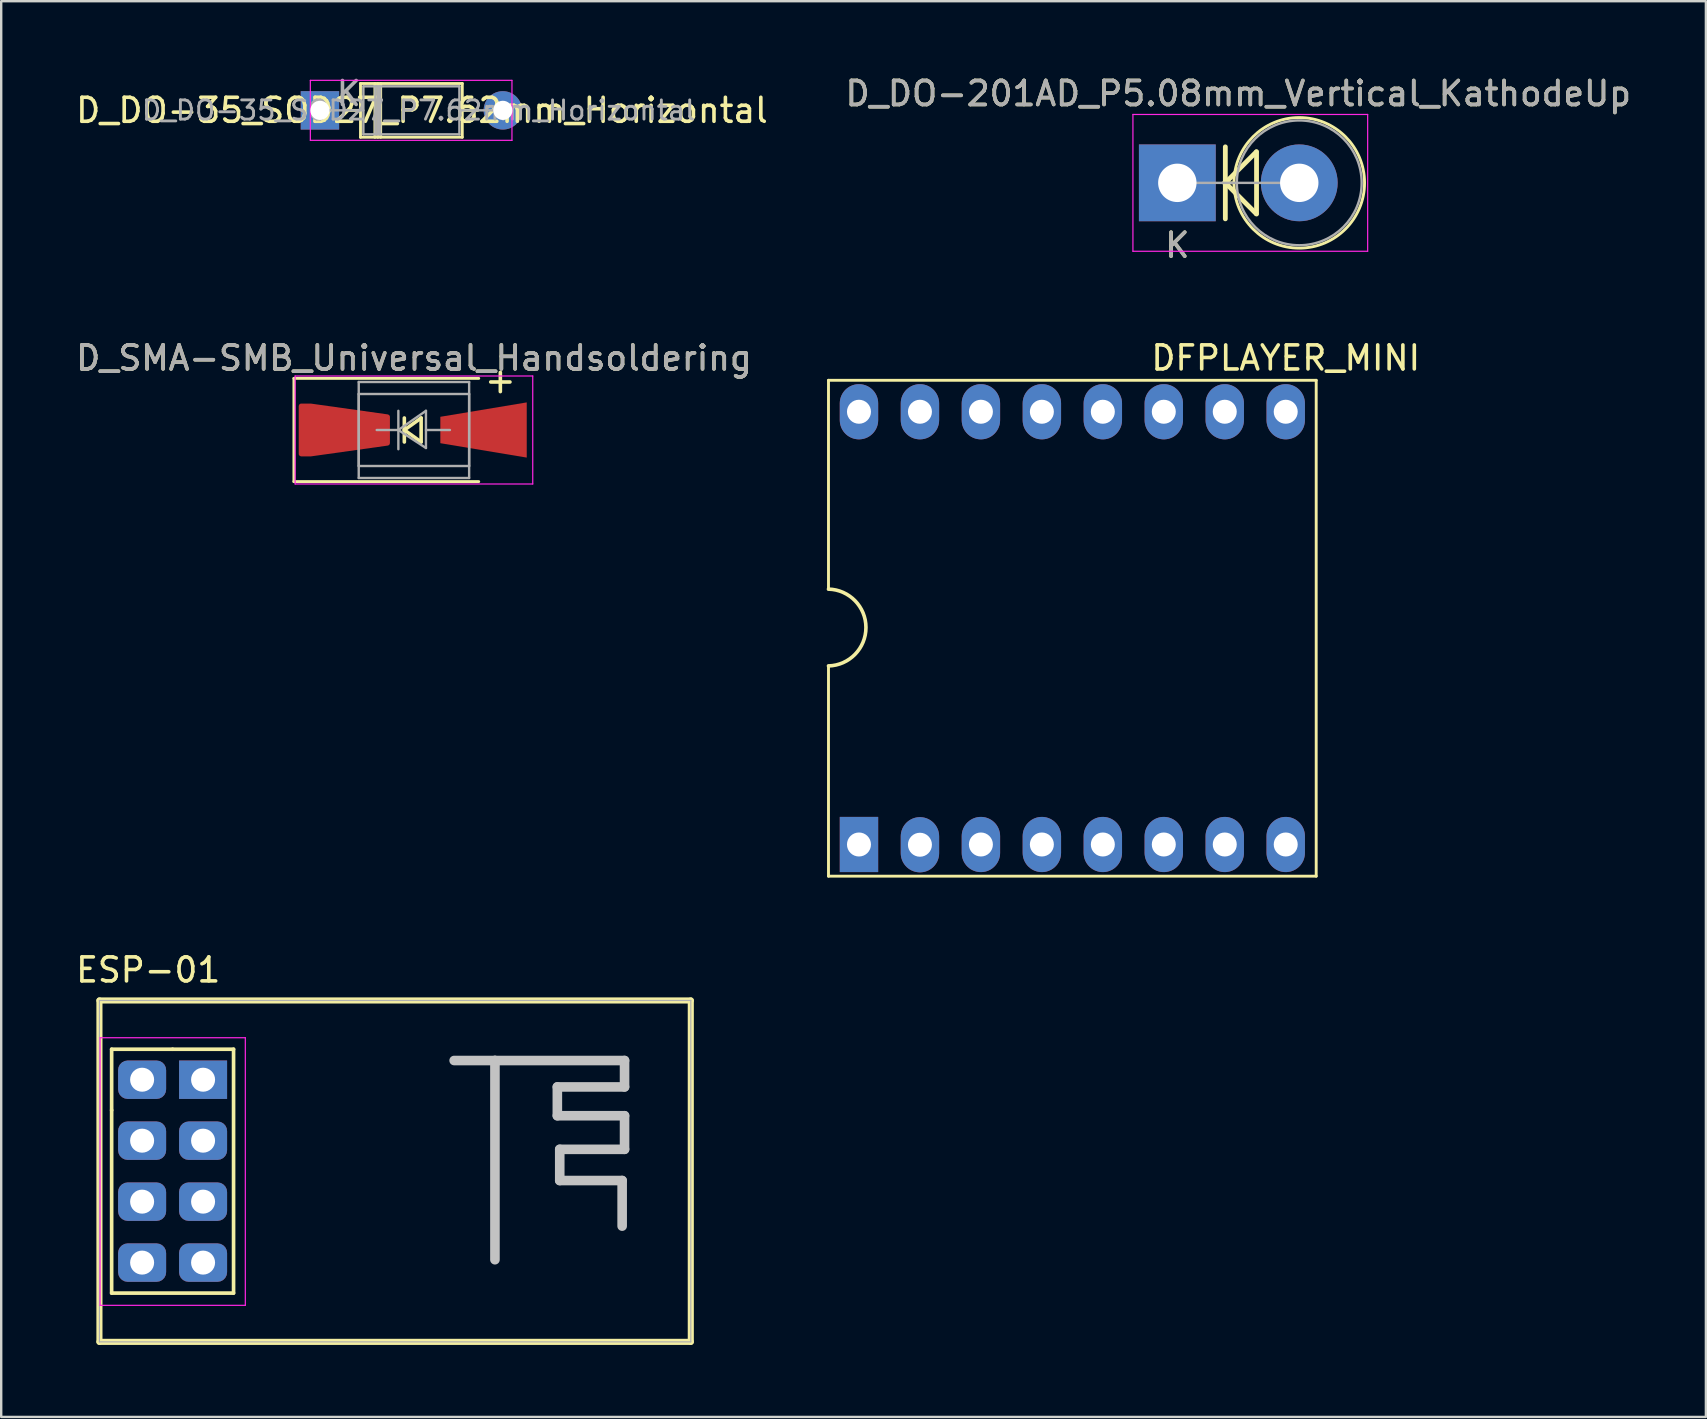
<source format=kicad_pcb>
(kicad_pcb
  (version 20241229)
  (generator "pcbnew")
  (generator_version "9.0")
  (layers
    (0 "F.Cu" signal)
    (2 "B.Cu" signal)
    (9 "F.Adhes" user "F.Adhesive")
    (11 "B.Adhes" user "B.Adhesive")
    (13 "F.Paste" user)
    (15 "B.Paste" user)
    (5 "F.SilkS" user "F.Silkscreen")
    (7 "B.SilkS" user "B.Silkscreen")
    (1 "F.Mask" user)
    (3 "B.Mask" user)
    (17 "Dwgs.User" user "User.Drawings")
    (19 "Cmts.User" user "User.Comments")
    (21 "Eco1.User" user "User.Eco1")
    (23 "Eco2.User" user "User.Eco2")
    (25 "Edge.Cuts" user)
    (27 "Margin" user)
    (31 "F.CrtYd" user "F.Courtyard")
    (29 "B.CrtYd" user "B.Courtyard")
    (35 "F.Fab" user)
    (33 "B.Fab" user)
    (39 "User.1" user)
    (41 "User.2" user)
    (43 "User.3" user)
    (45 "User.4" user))
  (footprint "DFPLAYER_MINI"
    (layer "F.Cu")
    (at 41.628 23.295)
    (property "Reference" "DFPLAYER_MINI" (at 8.89 -11.43 0) (layer "F.SilkS") (effects (font (size 1 1) (thickness 0.15))))
    (attr through_hole)
    (fp_line (start -10.16 -10.5) (end 10.16 -10.5) (stroke (width 0.12) (type solid)) (layer "F.SilkS"))
    (fp_line (start -10.16 -1.8) (end -10.16 -10.5) (stroke (width 0.12) (type solid)) (layer "F.SilkS"))
    (fp_line (start -10.16 10.16) (end -10.16 1.4) (stroke (width 0.12) (type solid)) (layer "F.SilkS"))
    (fp_line (start -10.16 10.16) (end 10.16 10.16) (stroke (width 0.12) (type solid)) (layer "F.SilkS"))
    (fp_line (start 10.16 -10.5) (end 10.16 10.16) (stroke (width 0.12) (type solid)) (layer "F.SilkS"))
    (fp_arc (start -10.16 -1.8) (mid -8.5995 -0.2) (end -10.16 1.4) (stroke (width 0.15) (type solid)) (layer "F.SilkS"))
    (pad "1" thru_hole rect (at -8.89 8.84) (size 1.6 2.3) (drill 1) (layers "*.Cu" "*.Mask"))
    (pad "2" thru_hole oval (at -6.35 8.85) (size 1.6 2.3) (drill 1) (layers "*.Cu" "*.Mask"))
    (pad "3" thru_hole oval (at -3.81 8.84) (size 1.6 2.3) (drill 1) (layers "*.Cu" "*.Mask"))
    (pad "4" thru_hole oval (at -1.27 8.84) (size 1.6 2.3) (drill 1) (layers "*.Cu" "*.Mask"))
    (pad "5" thru_hole oval (at 1.27 8.84) (size 1.6 2.3) (drill 1) (layers "*.Cu" "*.Mask"))
    (pad "6" thru_hole oval (at 3.81 8.84) (size 1.6 2.3) (drill 1) (layers "*.Cu" "*.Mask"))
    (pad "7" thru_hole oval (at 6.35 8.84) (size 1.6 2.3) (drill 1) (layers "*.Cu" "*.Mask"))
    (pad "8" thru_hole oval (at 8.89 8.84) (size 1.6 2.3) (drill 1) (layers "*.Cu" "*.Mask"))
    (pad "9" thru_hole oval (at 8.89 -9.19) (size 1.6 2.3) (drill 1) (layers "*.Cu" "*.Mask"))
    (pad "10" thru_hole oval (at 6.35 -9.19) (size 1.6 2.3) (drill 1) (layers "*.Cu" "*.Mask"))
    (pad "11" thru_hole oval (at 3.81 -9.19) (size 1.6 2.3) (drill 1) (layers "*.Cu" "*.Mask"))
    (pad "12" thru_hole oval (at 1.27 -9.19) (size 1.6 2.3) (drill 1) (layers "*.Cu" "*.Mask"))
    (pad "13" thru_hole oval (at -1.27 -9.19) (size 1.6 2.3) (drill 1) (layers "*.Cu" "*.Mask"))
    (pad "14" thru_hole oval (at -3.81 -9.19) (size 1.6 2.3) (drill 1) (layers "*.Cu" "*.Mask"))
    (pad "15" thru_hole oval (at -6.35 -9.19) (size 1.6 2.3) (drill 1) (layers "*.Cu" "*.Mask"))
    (pad "16" thru_hole oval (at -8.89 -9.19) (size 1.6 2.3) (drill 1) (layers "*.Cu" "*.Mask")))
  (footprint "D_DO-35_SOD27_P7.62mm_Horizontal"
    (layer "F.Cu")
    (at 10.28 1.548)
    (property "Reference" "D_DO-35_SOD27_P7.62mm_Horizontal" (at 4.25 0 0) (layer "F.SilkS") (effects (font (size 1 1) (thickness 0.15))))
    (attr through_hole)
    (fp_line (start 1.04 0) (end 1.69 0) (stroke (width 0.12) (type solid)) (layer "F.SilkS"))
    (fp_line (start 1.69 -1.12) (end 1.69 1.12) (stroke (width 0.12) (type solid)) (layer "F.SilkS"))
    (fp_line (start 1.69 1.12) (end 5.93 1.12) (stroke (width 0.12) (type solid)) (layer "F.SilkS"))
    (fp_line (start 2.29 -1.12) (end 2.29 1.12) (stroke (width 0.12) (type solid)) (layer "F.SilkS"))
    (fp_line (start 2.41 -1.12) (end 2.41 1.12) (stroke (width 0.12) (type solid)) (layer "F.SilkS"))
    (fp_line (start 2.53 -1.12) (end 2.53 1.12) (stroke (width 0.12) (type solid)) (layer "F.SilkS"))
    (fp_line (start 5.93 -1.12) (end 1.69 -1.12) (stroke (width 0.12) (type solid)) (layer "F.SilkS"))
    (fp_line (start 5.93 1.12) (end 5.93 -1.12) (stroke (width 0.12) (type solid)) (layer "F.SilkS"))
    (fp_line (start 6.58 0) (end 5.93 0) (stroke (width 0.12) (type solid)) (layer "F.SilkS"))
    (fp_line (start -0.4 -1.25) (end -0.4 1.25) (stroke (width 0.05) (type solid)) (layer "F.CrtYd"))
    (fp_line (start -0.4 1.25) (end 8 1.25) (stroke (width 0.05) (type solid)) (layer "F.CrtYd"))
    (fp_line (start 8 -1.25) (end -0.4 -1.25) (stroke (width 0.05) (type solid)) (layer "F.CrtYd"))
    (fp_line (start 8 1.25) (end 8 -1.25) (stroke (width 0.05) (type solid)) (layer "F.CrtYd"))
    (fp_line (start 0 0) (end 1.81 0) (stroke (width 0.1) (type solid)) (layer "F.Fab"))
    (fp_line (start 1.81 -1) (end 1.81 1) (stroke (width 0.1) (type solid)) (layer "F.Fab"))
    (fp_line (start 1.81 1) (end 5.81 1) (stroke (width 0.1) (type solid)) (layer "F.Fab"))
    (fp_line (start 2.31 -1) (end 2.31 1) (stroke (width 0.1) (type solid)) (layer "F.Fab"))
    (fp_line (start 2.41 -1) (end 2.41 1) (stroke (width 0.1) (type solid)) (layer "F.Fab"))
    (fp_line (start 2.51 -1) (end 2.51 1) (stroke (width 0.1) (type solid)) (layer "F.Fab"))
    (fp_line (start 5.81 -1) (end 1.81 -1) (stroke (width 0.1) (type solid)) (layer "F.Fab"))
    (fp_line (start 5.81 1) (end 5.81 -1) (stroke (width 0.1) (type solid)) (layer "F.Fab"))
    (fp_line (start 7.62 0) (end 5.81 0) (stroke (width 0.1) (type solid)) (layer "F.Fab"))
    (fp_text user "${REFERENCE}" (at 4.11 0 0) (layer "F.Fab") (effects (font (size 0.8 0.8) (thickness 0.12))))
    (fp_text user "K" (at 1.2 -0.7 0) (layer "F.Fab") (effects (font (size 1 1) (thickness 0.15))))
    (pad "1" thru_hole rect (at 0 0) (size 1.6 1.6) (drill 0.8) (layers "*.Cu" "*.Mask"))
    (pad "2" thru_hole oval (at 7.62 0) (size 1.6 1.6) (drill 0.8) (layers "*.Cu" "*.Mask")))
  (footprint "ESP-01"
    (layer "F.Cu")
    (at 2.871 41.935)
    (property "Reference" "ESP-01" (at 0.254 -4.572 0) (layer "F.SilkS") (effects (font (size 1 1) (thickness 0.15))))
    (attr through_hole)
    (fp_line (start -1.778 -3.302) (end 22.86 -3.302) (stroke (width 0.254) (type solid)) (layer "F.SilkS"))
    (fp_line (start -1.778 10.922) (end -1.778 -3.302) (stroke (width 0.254) (type solid)) (layer "F.SilkS"))
    (fp_line (start -1.27 -1.27) (end -1.27 1.27) (stroke (width 0.152) (type solid)) (layer "F.SilkS"))
    (fp_line (start -1.27 1.27) (end -1.27 8.89) (stroke (width 0.152) (type solid)) (layer "F.SilkS"))
    (fp_line (start -1.27 8.89) (end 3.81 8.89) (stroke (width 0.152) (type solid)) (layer "F.SilkS"))
    (fp_line (start 1.27 -1.27) (end -1.27 -1.27) (stroke (width 0.152) (type solid)) (layer "F.SilkS"))
    (fp_line (start 3.81 -1.27) (end 1.27 -1.27) (stroke (width 0.152) (type solid)) (layer "F.SilkS"))
    (fp_line (start 3.81 8.89) (end 3.81 -1.27) (stroke (width 0.152) (type solid)) (layer "F.SilkS"))
    (fp_line (start 22.86 -3.302) (end 22.86 10.922) (stroke (width 0.254) (type solid)) (layer "F.SilkS"))
    (fp_line (start 22.86 10.922) (end -1.778 10.922) (stroke (width 0.254) (type solid)) (layer "F.SilkS"))
    (fp_line (start 14.7 -0.8) (end 13 -0.8) (stroke (width 0.4) (type solid)) (layer "Dwgs.User"))
    (fp_line (start 14.7 -0.8) (end 20.1 -0.8) (stroke (width 0.4) (type solid)) (layer "Dwgs.User"))
    (fp_line (start 14.7 7.5) (end 14.7 -0.8) (stroke (width 0.4) (type solid)) (layer "Dwgs.User"))
    (fp_line (start 17.3 0.3) (end 17.3 1.5) (stroke (width 0.4) (type solid)) (layer "Dwgs.User"))
    (fp_line (start 17.3 1.5) (end 20.1 1.5) (stroke (width 0.4) (type solid)) (layer "Dwgs.User"))
    (fp_line (start 17.4 2.9) (end 17.4 4.2) (stroke (width 0.4) (type solid)) (layer "Dwgs.User"))
    (fp_line (start 17.4 4.2) (end 20 4.2) (stroke (width 0.4) (type solid)) (layer "Dwgs.User"))
    (fp_line (start 20 4.2) (end 20 6.1) (stroke (width 0.4) (type solid)) (layer "Dwgs.User"))
    (fp_line (start 20.1 -0.8) (end 20.1 0.3) (stroke (width 0.4) (type solid)) (layer "Dwgs.User"))
    (fp_line (start 20.1 0.3) (end 17.3 0.3) (stroke (width 0.4) (type solid)) (layer "Dwgs.User"))
    (fp_line (start 20.1 1.5) (end 20.1 2.9) (stroke (width 0.4) (type solid)) (layer "Dwgs.User"))
    (fp_line (start 20.1 2.9) (end 17.4 2.9) (stroke (width 0.4) (type solid)) (layer "Dwgs.User"))
    (fp_line (start -1.75 -1.75) (end -1.75 9.4) (stroke (width 0.05) (type solid)) (layer "F.CrtYd"))
    (fp_line (start -1.75 -1.75) (end 4.3 -1.75) (stroke (width 0.05) (type solid)) (layer "F.CrtYd"))
    (fp_line (start -1.75 9.4) (end 4.3 9.4) (stroke (width 0.05) (type solid)) (layer "F.CrtYd"))
    (fp_line (start 4.3 -1.75) (end 4.3 9.4) (stroke (width 0.05) (type solid)) (layer "F.CrtYd"))
    (fp_line (start -1.778 -3.302) (end 22.86 -3.302) (stroke (width 0.05) (type solid)) (layer "F.Fab"))
    (fp_line (start -1.778 10.922) (end -1.778 -3.302) (stroke (width 0.05) (type solid)) (layer "F.Fab"))
    (fp_line (start 22.86 -3.302) (end 22.86 10.922) (stroke (width 0.05) (type solid)) (layer "F.Fab"))
    (fp_line (start 22.86 10.922) (end -1.778 10.922) (stroke (width 0.05) (type solid)) (layer "F.Fab"))
    (pad "0" thru_hole roundrect (at 2.54 5.08) (size 2 1.6) (drill 1) (layers "*.Cu" "*.Mask") (roundrect_rratio 0.25))
    (pad "1" thru_hole roundrect (at 0 0) (size 2 1.6) (drill 1) (layers "*.Cu" "*.Mask") (roundrect_rratio 0.25))
    (pad "2" thru_hole roundrect (at 2.54 2.54) (size 2 1.6) (drill 1) (layers "*.Cu" "*.Mask") (roundrect_rratio 0.25))
    (pad "3" thru_hole roundrect (at 2.54 7.62) (size 2 1.6) (drill 1) (layers "*.Cu" "*.Mask") (roundrect_rratio 0.25))
    (pad "10" thru_hole rect (at 2.54 0) (size 2 1.6) (drill 1) (layers "*.Cu" "*.Mask"))
    (pad "11" thru_hole roundrect (at 0 7.62) (size 2 1.6) (drill 1) (layers "*.Cu" "*.Mask") (roundrect_rratio 0.25))
    (pad "12" thru_hole roundrect (at 0 2.54) (size 2 1.6) (drill 1) (layers "*.Cu" "*.Mask") (roundrect_rratio 0.25))
    (pad "13" thru_hole roundrect (at 0 5.08) (size 2 1.6) (drill 1) (layers "*.Cu" "*.Mask") (roundrect_rratio 0.25)))
  (footprint "D_SMA-SMB_Universal_Handsoldering"
    (layer "F.Cu")
    (at 14.196 14.865)
    (property "Reference" "D_SMA-SMB_Universal_Handsoldering" (at 0 -3 0) (layer "F.SilkS") (effects (font (size 1 1) (thickness 0.15))))
    (attr smd)
    (fp_line (start -5 -2.15) (end -5 2.15) (stroke (width 0.12) (type solid)) (layer "F.SilkS"))
    (fp_line (start -5 -2.15) (end 2.7 -2.15) (stroke (width 0.12) (type solid)) (layer "F.SilkS"))
    (fp_line (start -5 2.15) (end 2.7 2.15) (stroke (width 0.12) (type solid)) (layer "F.SilkS"))
    (fp_line (start -0.4 -0.5) (end -0.4 0.5) (stroke (width 0.15) (type solid)) (layer "F.SilkS"))
    (fp_line (start -0.4 0) (end 0.3 -0.5) (stroke (width 0.15) (type solid)) (layer "F.SilkS"))
    (fp_line (start 0.3 -0.5) (end 0.3 0.5) (stroke (width 0.15) (type solid)) (layer "F.SilkS"))
    (fp_line (start 0.3 0.5) (end -0.4 0) (stroke (width 0.15) (type solid)) (layer "F.SilkS"))
    (fp_line (start 3.2 -2) (end 4 -2) (stroke (width 0.15) (type solid)) (layer "F.SilkS"))
    (fp_line (start 3.6 -1.6) (end 3.6 -2.4) (stroke (width 0.15) (type solid)) (layer "F.SilkS"))
    (fp_line (start -4.95 -2.25) (end 4.95 -2.25) (stroke (width 0.05) (type solid)) (layer "F.CrtYd"))
    (fp_line (start -4.95 2.25) (end -4.95 -2.25) (stroke (width 0.05) (type solid)) (layer "F.CrtYd"))
    (fp_line (start 4.95 -2.25) (end 4.95 2.25) (stroke (width 0.05) (type solid)) (layer "F.CrtYd"))
    (fp_line (start 4.95 2.25) (end -4.95 2.25) (stroke (width 0.05) (type solid)) (layer "F.CrtYd"))
    (fp_line (start -2.3 1.5) (end -2.3 -1.5) (stroke (width 0.1) (type solid)) (layer "F.Fab"))
    (fp_line (start -2.3 2) (end -2.3 -2) (stroke (width 0.1) (type solid)) (layer "F.Fab"))
    (fp_line (start -0.649 -0.799) (end -0.649 0.801) (stroke (width 0.1) (type solid)) (layer "F.Fab"))
    (fp_line (start -0.649 0.001) (end -1.551 0.001) (stroke (width 0.1) (type solid)) (layer "F.Fab"))
    (fp_line (start -0.649 0.001) (end 0.501 -0.799) (stroke (width 0.1) (type solid)) (layer "F.Fab"))
    (fp_line (start -0.649 0.001) (end 0.501 0.75) (stroke (width 0.1) (type solid)) (layer "F.Fab"))
    (fp_line (start 0.501 0.001) (end 1.499 0.001) (stroke (width 0.1) (type solid)) (layer "F.Fab"))
    (fp_line (start 0.501 0.75) (end 0.501 -0.799) (stroke (width 0.1) (type solid)) (layer "F.Fab"))
    (fp_line (start 2.3 -2) (end -2.3 -2) (stroke (width 0.1) (type solid)) (layer "F.Fab"))
    (fp_line (start 2.3 -2) (end 2.3 2) (stroke (width 0.1) (type solid)) (layer "F.Fab"))
    (fp_line (start 2.3 -1.5) (end -2.3 -1.5) (stroke (width 0.1) (type solid)) (layer "F.Fab"))
    (fp_line (start 2.3 -1.5) (end 2.3 1.5) (stroke (width 0.1) (type solid)) (layer "F.Fab"))
    (fp_line (start 2.3 1.5) (end -2.3 1.5) (stroke (width 0.1) (type solid)) (layer "F.Fab"))
    (fp_line (start 2.3 2) (end -2.3 2) (stroke (width 0.1) (type solid)) (layer "F.Fab"))
    (fp_text user "${REFERENCE}" (at 0 -3 0) (layer "F.Fab") (effects (font (size 1 1) (thickness 0.15))))
    (pad "1" smd custom (at -2.9 0) (size 3.6 1) (layers "F.Cu" "F.Mask" "F.Paste") (options (anchor rect)) (primitives (gr_poly (pts (xy 1.8 0.55) (xy -1.4 1) (xy -1.8 1) (xy -1.8 -1) (xy -1.4 -1) (xy 1.8 -0.55)) (width 0.2) (fill yes))))
    (pad "2" smd trapezoid (at 2.9 0 180) (size 3.6 1.7) (rect_delta 0.6 0) (layers "F.Cu" "F.Mask" "F.Paste")))
  (footprint "D_DO-201AD_P5.08mm_Vertical_KathodeUp"
    (layer "F.Cu")
    (at 46.002 4.568)
    (property "Reference" "D_DO-201AD_P5.08mm_Vertical_KathodeUp" (at 2.54 -3.72 0) (layer "F.SilkS") (effects (font (size 1 1) (thickness 0.15))))
    (attr through_hole)
    (fp_line (start 2 -1.5) (end 2 1.5) (stroke (width 0.2) (type default)) (layer "F.SilkS"))
    (fp_line (start 2 0) (end 3.286 -1.286) (stroke (width 0.2) (type default)) (layer "F.SilkS"))
    (fp_line (start 2.36 0) (end 1.9 0) (stroke (width 0.12) (type solid)) (layer "F.SilkS"))
    (fp_line (start 3.283 1.283) (end 2 0) (stroke (width 0.2) (type default)) (layer "F.SilkS"))
    (fp_line (start 3.3 -1.3) (end 3.3 1.3) (stroke (width 0.2) (type default)) (layer "F.SilkS"))
    (fp_circle (center 5.08 0) (end 7.8 0) (stroke (width 0.12) (type solid)) (fill no) (layer "F.SilkS"))
    (fp_line (start -1.85 -2.85) (end -1.85 2.85) (stroke (width 0.05) (type solid)) (layer "F.CrtYd"))
    (fp_line (start -1.85 2.85) (end 7.93 2.85) (stroke (width 0.05) (type solid)) (layer "F.CrtYd"))
    (fp_line (start 7.93 -2.85) (end -1.85 -2.85) (stroke (width 0.05) (type solid)) (layer "F.CrtYd"))
    (fp_line (start 7.93 2.85) (end 7.93 -2.85) (stroke (width 0.05) (type solid)) (layer "F.CrtYd"))
    (fp_line (start 0 0) (end 5.08 0) (stroke (width 0.1) (type solid)) (layer "F.Fab"))
    (fp_circle (center 5.08 0) (end 7.68 0) (stroke (width 0.1) (type solid)) (fill no) (layer "F.Fab"))
    (fp_text user "K" (at 0 2.6 0) (layer "F.SilkS") (effects (font (size 1 1) (thickness 0.15))))
    (fp_text user "K" (at 0 2.6 0) (layer "F.Fab") (effects (font (size 1 1) (thickness 0.15))))
    (fp_text user "${REFERENCE}" (at 2.54 -3.72 0) (layer "F.Fab") (effects (font (size 1 1) (thickness 0.15))))
    (pad "1" thru_hole rect (at 0 0) (size 3.2 3.2) (drill 1.6) (layers "*.Cu" "*.Mask"))
    (pad "2" thru_hole oval (at 5.08 0) (size 3.2 3.2) (drill 1.6) (layers "*.Cu" "*.Mask")))
  (gr_rect
    (start -3 -3)
    (end 68.024 55.984)
    (stroke (width 0.1) (type default))
    (fill no)
    (layer "Edge.Cuts")))
</source>
